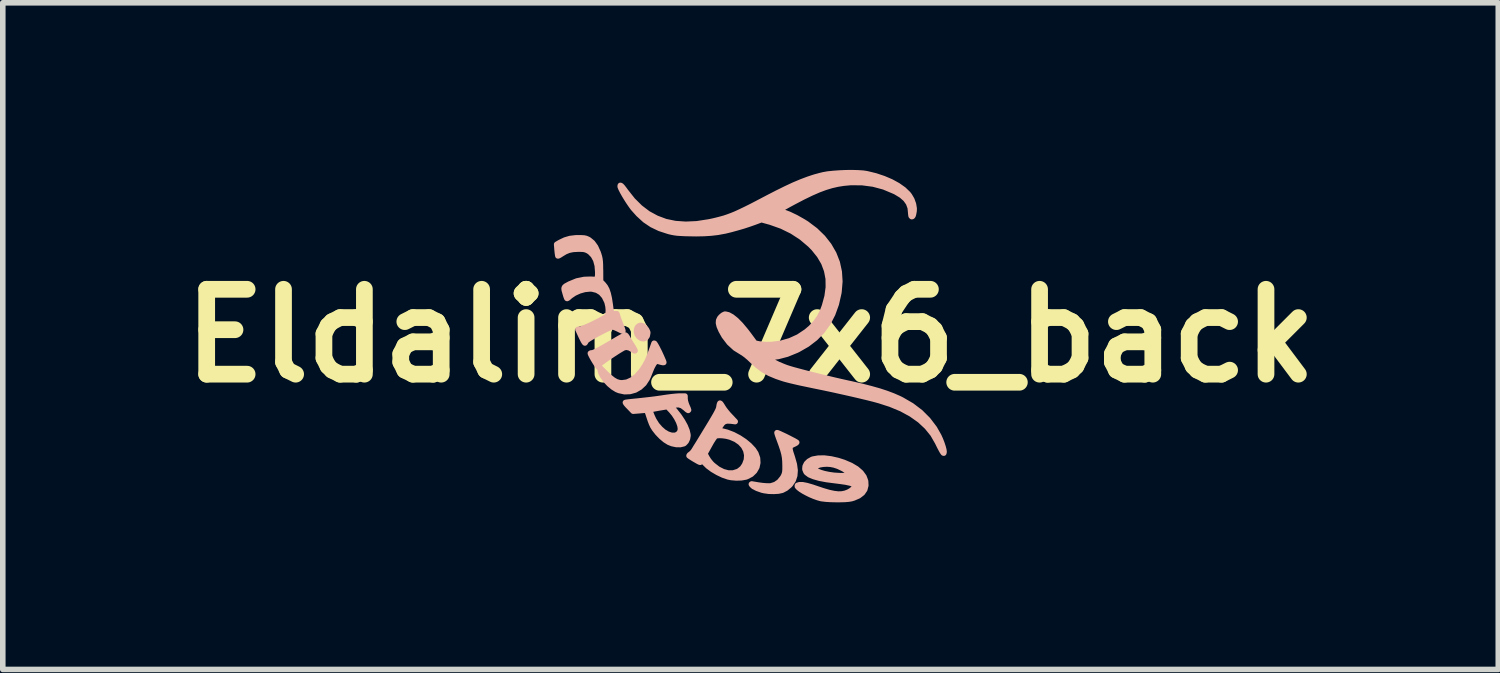
<source format=kicad_pcb>
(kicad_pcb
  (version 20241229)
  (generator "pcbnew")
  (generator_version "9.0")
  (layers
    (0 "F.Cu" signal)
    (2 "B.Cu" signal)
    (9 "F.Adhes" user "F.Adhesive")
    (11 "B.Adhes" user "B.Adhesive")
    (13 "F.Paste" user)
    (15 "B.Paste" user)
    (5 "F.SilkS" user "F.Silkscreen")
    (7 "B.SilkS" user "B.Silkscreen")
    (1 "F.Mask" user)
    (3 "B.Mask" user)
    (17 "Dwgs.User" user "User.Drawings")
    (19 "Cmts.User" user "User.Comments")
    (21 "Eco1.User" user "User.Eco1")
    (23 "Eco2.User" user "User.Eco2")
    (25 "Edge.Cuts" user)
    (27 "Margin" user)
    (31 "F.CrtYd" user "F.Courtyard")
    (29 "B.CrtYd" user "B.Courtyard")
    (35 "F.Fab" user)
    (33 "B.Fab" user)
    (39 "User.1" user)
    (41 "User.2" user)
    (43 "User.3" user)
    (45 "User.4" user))
  (footprint "Eldalim_7x6_back"
    (layer "F.Cu")
    (at 10.421 2.977)
    (property "Reference" "Eldalim_7x6_back" (at 0 0 0) (layer "F.SilkS") (effects (font (size 1.524 1.524) (thickness 0.3))))
    (attr through_hole)
    (fp_poly (pts (xy -1.845 -0.051) (xy -1.855 0.003) (xy -1.88 0.038) (xy -1.918 0.053) (xy -1.961 0.046) (xy -2.006 0.014) (xy -2.035 -0.028) (xy -2.047 -0.075) (xy -2.043 -0.12) (xy -2.025 -0.158) (xy -1.994 -0.182) (xy -1.966 -0.187) (xy -1.93 -0.176) (xy -1.894 -0.146) (xy -1.864 -0.107) (xy -1.846 -0.066) (xy -1.845 -0.051)) (stroke (width 0.1) (type solid)) (fill yes) (layer "B.SilkS"))
    (fp_poly (pts (xy -2.072 0.268) (xy -2.081 0.27) (xy -2.104 0.257) (xy -2.117 0.248) (xy -2.173 0.216) (xy -2.228 0.204) (xy -2.274 0.214) (xy -2.321 0.241) (xy -2.379 0.276) (xy -2.442 0.317) (xy -2.508 0.36) (xy -2.572 0.404) (xy -2.629 0.445) (xy -2.676 0.48) (xy -2.707 0.506) (xy -2.719 0.519) (xy -2.737 0.553) (xy -2.784 0.481) (xy -2.817 0.427) (xy -2.845 0.378) (xy -2.865 0.339) (xy -2.874 0.317) (xy -2.874 0.315) (xy -2.863 0.309) (xy -2.838 0.307) (xy -2.815 0.3) (xy -2.771 0.28) (xy -2.71 0.248) (xy -2.633 0.205) (xy -2.543 0.153) (xy -2.532 0.147) (xy -2.455 0.102) (xy -2.386 0.061) (xy -2.327 0.028) (xy -2.282 0.003) (xy -2.254 -0.011) (xy -2.248 -0.013) (xy -2.233 -0.003) (xy -2.214 0.024) (xy -2.211 0.03) (xy -2.193 0.063) (xy -2.166 0.108) (xy -2.134 0.158) (xy -2.13 0.164) (xy -2.103 0.208) (xy -2.083 0.244) (xy -2.073 0.266) (xy -2.072 0.268)) (stroke (width 0.1) (type solid)) (fill yes) (layer "B.SilkS"))
    (fp_poly (pts (xy -1.557 0.479) (xy -1.573 0.48) (xy -1.604 0.473) (xy -1.616 0.47) (xy -1.652 0.46) (xy -1.678 0.455) (xy -1.682 0.455) (xy -1.708 0.467) (xy -1.737 0.505) (xy -1.769 0.564) (xy -1.793 0.621) (xy -1.815 0.676) (xy -1.835 0.726) (xy -1.852 0.762) (xy -1.855 0.769) (xy -1.912 0.856) (xy -1.985 0.924) (xy -2.07 0.973) (xy -2.163 0.999) (xy -2.26 1.003) (xy -2.357 0.982) (xy -2.4 0.965) (xy -2.468 0.923) (xy -2.535 0.867) (xy -2.597 0.801) (xy -2.648 0.732) (xy -2.683 0.665) (xy -2.697 0.618) (xy -2.705 0.568) (xy -2.603 0.671) (xy -2.53 0.741) (xy -2.467 0.791) (xy -2.411 0.824) (xy -2.357 0.841) (xy -2.308 0.846) (xy -2.217 0.833) (xy -2.129 0.793) (xy -2.045 0.728) (xy -1.965 0.637) (xy -1.939 0.602) (xy -1.897 0.536) (xy -1.861 0.472) (xy -1.829 0.402) (xy -1.796 0.317) (xy -1.783 0.282) (xy -1.763 0.226) (xy -1.746 0.178) (xy -1.734 0.144) (xy -1.73 0.134) (xy -1.722 0.137) (xy -1.704 0.163) (xy -1.679 0.208) (xy -1.648 0.269) (xy -1.636 0.293) (xy -1.607 0.356) (xy -1.583 0.41) (xy -1.565 0.452) (xy -1.557 0.475) (xy -1.557 0.479)) (stroke (width 0.1) (type solid)) (fill yes) (layer "B.SilkS"))
    (fp_poly (pts (xy 0.829 1.914) (xy 0.818 1.925) (xy 0.789 1.941) (xy 0.769 1.95) (xy 0.737 1.966) (xy 0.717 1.984) (xy 0.707 2.007) (xy 0.708 2.04) (xy 0.719 2.088) (xy 0.741 2.155) (xy 0.751 2.186) (xy 0.786 2.309) (xy 0.8 2.416) (xy 0.793 2.51) (xy 0.766 2.592) (xy 0.717 2.665) (xy 0.696 2.687) (xy 0.634 2.738) (xy 0.571 2.771) (xy 0.569 2.772) (xy 0.501 2.787) (xy 0.418 2.792) (xy 0.33 2.79) (xy 0.246 2.778) (xy 0.207 2.769) (xy 0.119 2.738) (xy 0.056 2.706) (xy 0.026 2.679) (xy 0.016 2.664) (xy 0.022 2.66) (xy 0.05 2.665) (xy 0.053 2.665) (xy 0.133 2.679) (xy 0.213 2.69) (xy 0.286 2.696) (xy 0.343 2.697) (xy 0.367 2.695) (xy 0.446 2.67) (xy 0.516 2.622) (xy 0.572 2.554) (xy 0.582 2.539) (xy 0.6 2.504) (xy 0.611 2.474) (xy 0.618 2.442) (xy 0.621 2.398) (xy 0.621 2.337) (xy 0.621 2.326) (xy 0.619 2.251) (xy 0.613 2.184) (xy 0.601 2.118) (xy 0.581 2.046) (xy 0.553 1.962) (xy 0.524 1.882) (xy 0.503 1.826) (xy 0.487 1.78) (xy 0.478 1.75) (xy 0.476 1.74) (xy 0.489 1.743) (xy 0.52 1.756) (xy 0.565 1.777) (xy 0.619 1.802) (xy 0.675 1.83) (xy 0.729 1.858) (xy 0.776 1.882) (xy 0.811 1.902) (xy 0.828 1.913) (xy 0.829 1.914)) (stroke (width 0.1) (type solid)) (fill yes) (layer "B.SilkS"))
    (fp_poly (pts (xy -1.112 1.332) (xy -1.118 1.339) (xy -1.139 1.326) (xy -1.169 1.299) (xy -1.227 1.255) (xy -1.286 1.236) (xy -1.349 1.24) (xy -1.373 1.246) (xy -1.429 1.263) (xy -1.354 1.35) (xy -1.283 1.44) (xy -1.222 1.532) (xy -1.173 1.621) (xy -1.14 1.703) (xy -1.124 1.773) (xy -1.123 1.793) (xy -1.132 1.846) (xy -1.154 1.894) (xy -1.186 1.929) (xy -1.198 1.937) (xy -1.257 1.951) (xy -1.257 1.663) (xy -1.266 1.609) (xy -1.29 1.543) (xy -1.327 1.472) (xy -1.372 1.403) (xy -1.422 1.343) (xy -1.491 1.27) (xy -1.642 1.295) (xy -1.702 1.306) (xy -1.752 1.315) (xy -1.787 1.323) (xy -1.8 1.328) (xy -1.801 1.346) (xy -1.792 1.383) (xy -1.773 1.432) (xy -1.747 1.489) (xy -1.733 1.517) (xy -1.682 1.598) (xy -1.621 1.668) (xy -1.556 1.725) (xy -1.488 1.765) (xy -1.421 1.787) (xy -1.36 1.789) (xy -1.319 1.776) (xy -1.281 1.746) (xy -1.261 1.706) (xy -1.257 1.663) (xy -1.257 1.951) (xy -1.258 1.952) (xy -1.33 1.951) (xy -1.407 1.935) (xy -1.467 1.911) (xy -1.531 1.871) (xy -1.6 1.813) (xy -1.666 1.745) (xy -1.722 1.674) (xy -1.754 1.623) (xy -1.775 1.578) (xy -1.798 1.518) (xy -1.819 1.455) (xy -1.823 1.443) (xy -1.839 1.393) (xy -1.854 1.355) (xy -1.865 1.335) (xy -1.868 1.333) (xy -1.886 1.335) (xy -1.923 1.338) (xy -1.973 1.342) (xy -1.992 1.344) (xy -2.106 1.353) (xy -2.178 1.278) (xy -2.212 1.243) (xy -2.235 1.215) (xy -2.245 1.199) (xy -2.245 1.198) (xy -2.231 1.195) (xy -2.194 1.19) (xy -2.139 1.184) (xy -2.071 1.177) (xy -2.01 1.171) (xy -1.912 1.16) (xy -1.803 1.148) (xy -1.693 1.134) (xy -1.595 1.12) (xy -1.57 1.116) (xy -1.489 1.104) (xy -1.41 1.094) (xy -1.339 1.087) (xy -1.284 1.083) (xy -1.268 1.083) (xy -1.176 1.083) (xy -1.176 1.133) (xy -1.17 1.174) (xy -1.155 1.224) (xy -1.143 1.255) (xy -1.121 1.305) (xy -1.112 1.332)) (stroke (width 0.1) (type solid)) (fill yes) (layer "B.SilkS"))
    (fp_poly (pts (xy 2.069 2.686) (xy 2.05 2.76) (xy 2.008 2.821) (xy 1.942 2.872) (xy 1.852 2.911) (xy 1.811 2.923) (xy 1.763 2.931) (xy 1.695 2.937) (xy 1.613 2.939) (xy 1.525 2.939) (xy 1.437 2.937) (xy 1.356 2.932) (xy 1.288 2.924) (xy 1.263 2.92) (xy 1.206 2.904) (xy 1.142 2.881) (xy 1.076 2.853) (xy 1.011 2.821) (xy 0.952 2.789) (xy 0.901 2.757) (xy 0.864 2.728) (xy 0.842 2.704) (xy 0.842 2.688) (xy 0.844 2.685) (xy 0.882 2.674) (xy 0.937 2.675) (xy 1.013 2.69) (xy 1.109 2.718) (xy 1.174 2.74) (xy 1.302 2.783) (xy 1.409 2.814) (xy 1.499 2.833) (xy 1.575 2.842) (xy 1.642 2.84) (xy 1.703 2.827) (xy 1.76 2.805) (xy 1.807 2.777) (xy 1.845 2.745) (xy 1.869 2.714) (xy 1.874 2.687) (xy 1.87 2.679) (xy 1.841 2.66) (xy 1.804 2.647) (xy 1.804 2.497) (xy 1.794 2.48) (xy 1.763 2.454) (xy 1.755 2.447) (xy 1.668 2.387) (xy 1.576 2.343) (xy 1.505 2.319) (xy 1.439 2.306) (xy 1.369 2.301) (xy 1.302 2.305) (xy 1.241 2.315) (xy 1.192 2.332) (xy 1.16 2.355) (xy 1.15 2.38) (xy 1.162 2.405) (xy 1.198 2.431) (xy 1.253 2.454) (xy 1.324 2.475) (xy 1.406 2.492) (xy 1.497 2.505) (xy 1.592 2.511) (xy 1.633 2.512) (xy 1.694 2.512) (xy 1.746 2.51) (xy 1.783 2.508) (xy 1.797 2.505) (xy 1.804 2.497) (xy 1.804 2.647) (xy 1.787 2.642) (xy 1.707 2.625) (xy 1.601 2.61) (xy 1.521 2.6) (xy 1.367 2.58) (xy 1.239 2.556) (xy 1.136 2.527) (xy 1.059 2.495) (xy 1.009 2.458) (xy 0.997 2.444) (xy 0.977 2.395) (xy 0.981 2.344) (xy 1.005 2.294) (xy 1.048 2.252) (xy 1.107 2.219) (xy 1.127 2.213) (xy 1.218 2.197) (xy 1.325 2.196) (xy 1.445 2.211) (xy 1.572 2.24) (xy 1.675 2.273) (xy 1.801 2.327) (xy 1.904 2.388) (xy 1.982 2.456) (xy 2.036 2.53) (xy 2.065 2.609) (xy 2.069 2.686)) (stroke (width 0.1) (type solid)) (fill yes) (layer "B.SilkS"))
    (fp_poly (pts (xy 0.13 2.279) (xy 0.113 2.358) (xy 0.073 2.428) (xy 0.013 2.486) (xy -0.065 2.527) (xy -0.066 2.527) (xy -0.066 2.142) (xy -0.083 2.06) (xy -0.123 1.983) (xy -0.184 1.916) (xy -0.264 1.86) (xy -0.36 1.819) (xy -0.428 1.801) (xy -0.498 1.791) (xy -0.563 1.788) (xy -0.614 1.794) (xy -0.622 1.796) (xy -0.64 1.812) (xy -0.667 1.849) (xy -0.702 1.904) (xy -0.734 1.961) (xy -0.82 2.117) (xy -0.782 2.188) (xy -0.751 2.237) (xy -0.709 2.289) (xy -0.677 2.321) (xy -0.584 2.393) (xy -0.491 2.44) (xy -0.399 2.464) (xy -0.311 2.464) (xy -0.229 2.438) (xy -0.202 2.423) (xy -0.147 2.378) (xy -0.105 2.316) (xy -0.104 2.314) (xy -0.072 2.228) (xy -0.066 2.142) (xy -0.066 2.527) (xy -0.085 2.534) (xy -0.164 2.548) (xy -0.255 2.551) (xy -0.348 2.543) (xy -0.401 2.532) (xy -0.494 2.5) (xy -0.59 2.454) (xy -0.682 2.4) (xy -0.763 2.34) (xy -0.825 2.279) (xy -0.838 2.264) (xy -0.861 2.236) (xy -0.874 2.228) (xy -0.884 2.236) (xy -0.887 2.242) (xy -0.899 2.263) (xy -0.903 2.27) (xy -0.916 2.266) (xy -0.944 2.252) (xy -0.982 2.23) (xy -1.023 2.206) (xy -1.061 2.182) (xy -1.09 2.163) (xy -1.103 2.153) (xy -1.097 2.14) (xy -1.078 2.126) (xy -1.051 2.104) (xy -1.023 2.07) (xy -1.017 2.061) (xy -1.002 2.037) (xy -0.976 1.994) (xy -0.939 1.935) (xy -0.895 1.863) (xy -0.845 1.781) (xy -0.792 1.694) (xy -0.779 1.673) (xy -0.716 1.569) (xy -0.666 1.485) (xy -0.627 1.418) (xy -0.599 1.366) (xy -0.58 1.327) (xy -0.569 1.297) (xy -0.565 1.275) (xy -0.559 1.238) (xy -0.551 1.214) (xy -0.548 1.21) (xy -0.537 1.217) (xy -0.519 1.243) (xy -0.501 1.272) (xy -0.475 1.313) (xy -0.437 1.363) (xy -0.392 1.416) (xy -0.369 1.44) (xy -0.275 1.54) (xy -0.351 1.53) (xy -0.417 1.527) (xy -0.466 1.538) (xy -0.504 1.568) (xy -0.541 1.62) (xy -0.544 1.624) (xy -0.586 1.696) (xy -0.53 1.705) (xy -0.423 1.732) (xy -0.313 1.774) (xy -0.206 1.83) (xy -0.106 1.896) (xy -0.019 1.968) (xy 0.052 2.044) (xy 0.095 2.11) (xy 0.125 2.195) (xy 0.13 2.279)) (stroke (width 0.1) (type solid)) (fill yes) (layer "B.SilkS"))
    (fp_poly (pts (xy -2.291 -0.085) (xy -2.304 -0.088) (xy -2.334 -0.101) (xy -2.372 -0.12) (xy -2.417 -0.141) (xy -2.456 -0.156) (xy -2.478 -0.16) (xy -2.502 -0.154) (xy -2.544 -0.136) (xy -2.599 -0.111) (xy -2.662 -0.079) (xy -2.729 -0.044) (xy -2.794 -0.008) (xy -2.854 0.026) (xy -2.903 0.056) (xy -2.936 0.079) (xy -2.949 0.092) (xy -2.964 0.118) (xy -2.972 0.129) (xy -2.981 0.121) (xy -2.998 0.094) (xy -3.02 0.051) (xy -3.039 0.012) (xy -3.097 -0.114) (xy -3.049 -0.121) (xy -3.016 -0.13) (xy -2.966 -0.15) (xy -2.906 -0.176) (xy -2.838 -0.207) (xy -2.769 -0.241) (xy -2.704 -0.275) (xy -2.646 -0.307) (xy -2.6 -0.334) (xy -2.573 -0.354) (xy -2.567 -0.361) (xy -2.554 -0.404) (xy -2.551 -0.463) (xy -2.557 -0.529) (xy -2.572 -0.594) (xy -2.579 -0.615) (xy -2.624 -0.706) (xy -2.683 -0.774) (xy -2.755 -0.818) (xy -2.841 -0.84) (xy -2.883 -0.842) (xy -2.975 -0.833) (xy -3.07 -0.806) (xy -3.16 -0.765) (xy -3.234 -0.715) (xy -3.245 -0.705) (xy -3.272 -0.681) (xy -3.291 -0.67) (xy -3.295 -0.671) (xy -3.302 -0.686) (xy -3.314 -0.721) (xy -3.327 -0.766) (xy -3.328 -0.77) (xy -3.342 -0.819) (xy -3.346 -0.851) (xy -3.337 -0.874) (xy -3.313 -0.894) (xy -3.27 -0.917) (xy -3.248 -0.929) (xy -3.117 -0.983) (xy -2.984 -1.01) (xy -2.874 -1.014) (xy -2.815 -1.011) (xy -2.776 -1.014) (xy -2.754 -1.026) (xy -2.744 -1.053) (xy -2.741 -1.098) (xy -2.741 -1.146) (xy -2.75 -1.261) (xy -2.777 -1.36) (xy -2.822 -1.442) (xy -2.883 -1.504) (xy -2.914 -1.524) (xy -2.947 -1.54) (xy -2.979 -1.55) (xy -3.018 -1.555) (xy -3.073 -1.556) (xy -3.095 -1.556) (xy -3.185 -1.551) (xy -3.259 -1.536) (xy -3.325 -1.509) (xy -3.39 -1.47) (xy -3.424 -1.448) (xy -3.449 -1.435) (xy -3.457 -1.434) (xy -3.46 -1.449) (xy -3.465 -1.484) (xy -3.47 -1.531) (xy -3.471 -1.54) (xy -3.479 -1.641) (xy -3.421 -1.675) (xy -3.331 -1.718) (xy -3.24 -1.745) (xy -3.139 -1.757) (xy -3.088 -1.758) (xy -3.026 -1.757) (xy -2.983 -1.754) (xy -2.95 -1.746) (xy -2.92 -1.733) (xy -2.899 -1.722) (xy -2.836 -1.67) (xy -2.782 -1.595) (xy -2.737 -1.496) (xy -2.726 -1.464) (xy -2.713 -1.421) (xy -2.704 -1.379) (xy -2.698 -1.332) (xy -2.695 -1.273) (xy -2.694 -1.195) (xy -2.693 -1.173) (xy -2.692 -0.975) (xy -2.643 -0.925) (xy -2.608 -0.881) (xy -2.579 -0.827) (xy -2.556 -0.759) (xy -2.536 -0.672) (xy -2.519 -0.562) (xy -2.517 -0.548) (xy -2.508 -0.477) (xy -2.5 -0.428) (xy -2.492 -0.398) (xy -2.485 -0.384) (xy -2.476 -0.381) (xy -2.474 -0.382) (xy -2.428 -0.397) (xy -2.4 -0.396) (xy -2.393 -0.381) (xy -2.388 -0.359) (xy -2.375 -0.319) (xy -2.356 -0.267) (xy -2.339 -0.223) (xy -2.318 -0.169) (xy -2.301 -0.124) (xy -2.292 -0.094) (xy -2.291 -0.085)) (stroke (width 0.1) (type solid)) (fill yes) (layer "B.SilkS"))
    (fp_poly (pts (xy 3.474 2.083) (xy 3.473 2.088) (xy 3.469 2.106) (xy 3.462 2.104) (xy 3.447 2.083) (xy 3.44 2.072) (xy 3.422 2.039) (xy 3.396 1.99) (xy 3.368 1.933) (xy 3.356 1.909) (xy 3.274 1.766) (xy 3.167 1.634) (xy 3.038 1.514) (xy 2.885 1.406) (xy 2.709 1.31) (xy 2.511 1.228) (xy 2.313 1.164) (xy 2.218 1.138) (xy 2.099 1.108) (xy 1.961 1.075) (xy 1.807 1.039) (xy 1.641 1.002) (xy 1.466 0.963) (xy 1.285 0.925) (xy 1.143 0.896) (xy 1.01 0.868) (xy 0.899 0.845) (xy 0.807 0.824) (xy 0.73 0.806) (xy 0.663 0.789) (xy 0.604 0.773) (xy 0.549 0.755) (xy 0.493 0.736) (xy 0.472 0.729) (xy 0.342 0.675) (xy 0.229 0.612) (xy 0.125 0.534) (xy 0.037 0.453) (xy -0.025 0.394) (xy -0.083 0.345) (xy -0.133 0.309) (xy -0.15 0.299) (xy -0.274 0.222) (xy -0.381 0.124) (xy -0.472 0.005) (xy -0.528 -0.095) (xy -0.56 -0.17) (xy -0.574 -0.228) (xy -0.571 -0.276) (xy -0.551 -0.317) (xy -0.529 -0.342) (xy -0.496 -0.37) (xy -0.464 -0.386) (xy -0.453 -0.388) (xy -0.397 -0.375) (xy -0.332 -0.339) (xy -0.258 -0.28) (xy -0.177 -0.198) (xy -0.09 -0.094) (xy -0.036 -0.024) (xy 0.079 0.132) (xy 0.156 0.148) (xy 0.216 0.155) (xy 0.293 0.159) (xy 0.38 0.157) (xy 0.381 0.157) (xy 0.547 0.136) (xy 0.708 0.09) (xy 0.86 0.021) (xy 1 -0.072) (xy 1.082 -0.141) (xy 1.169 -0.234) (xy 1.238 -0.331) (xy 1.293 -0.44) (xy 1.329 -0.535) (xy 1.376 -0.707) (xy 1.398 -0.87) (xy 1.396 -1.024) (xy 1.368 -1.17) (xy 1.316 -1.309) (xy 1.237 -1.443) (xy 1.133 -1.572) (xy 1.068 -1.638) (xy 0.914 -1.768) (xy 0.745 -1.878) (xy 0.559 -1.969) (xy 0.356 -2.041) (xy 0.315 -2.052) (xy 0.196 -2.085) (xy 0.07 -2.038) (xy -0.027 -2.004) (xy -0.137 -1.968) (xy -0.252 -1.935) (xy -0.362 -1.905) (xy -0.457 -1.882) (xy -0.469 -1.88) (xy -0.588 -1.858) (xy -0.708 -1.844) (xy -0.835 -1.836) (xy -0.976 -1.833) (xy -1.086 -1.835) (xy -1.181 -1.837) (xy -1.256 -1.841) (xy -1.316 -1.845) (xy -1.367 -1.852) (xy -1.414 -1.861) (xy -1.465 -1.873) (xy -1.475 -1.876) (xy -1.631 -1.927) (xy -1.769 -1.993) (xy -1.894 -2.077) (xy -2.01 -2.183) (xy -2.106 -2.29) (xy -2.142 -2.339) (xy -2.182 -2.397) (xy -2.223 -2.461) (xy -2.262 -2.525) (xy -2.296 -2.585) (xy -2.322 -2.636) (xy -2.337 -2.672) (xy -2.339 -2.685) (xy -2.336 -2.699) (xy -2.323 -2.695) (xy -2.3 -2.671) (xy -2.265 -2.626) (xy -2.239 -2.59) (xy -2.115 -2.433) (xy -1.982 -2.301) (xy -1.84 -2.193) (xy -1.687 -2.11) (xy -1.524 -2.049) (xy -1.35 -2.013) (xy -1.163 -2) (xy -0.964 -2.009) (xy -0.751 -2.042) (xy -0.695 -2.053) (xy -0.614 -2.072) (xy -0.54 -2.091) (xy -0.471 -2.11) (xy -0.403 -2.133) (xy -0.333 -2.159) (xy -0.258 -2.19) (xy -0.176 -2.228) (xy -0.082 -2.273) (xy 0.026 -2.327) (xy 0.151 -2.392) (xy 0.296 -2.468) (xy 0.299 -2.47) (xy 0.478 -2.562) (xy 0.638 -2.641) (xy 0.782 -2.708) (xy 0.913 -2.763) (xy 1.035 -2.809) (xy 1.15 -2.847) (xy 1.261 -2.877) (xy 1.311 -2.889) (xy 1.391 -2.903) (xy 1.489 -2.913) (xy 1.598 -2.921) (xy 1.712 -2.926) (xy 1.825 -2.927) (xy 1.93 -2.924) (xy 2.021 -2.918) (xy 2.087 -2.908) (xy 2.243 -2.87) (xy 2.39 -2.821) (xy 2.526 -2.763) (xy 2.646 -2.697) (xy 2.748 -2.625) (xy 2.827 -2.549) (xy 2.853 -2.516) (xy 2.895 -2.444) (xy 2.924 -2.363) (xy 2.937 -2.284) (xy 2.935 -2.236) (xy 2.925 -2.184) (xy 2.916 -2.154) (xy 2.904 -2.141) (xy 2.894 -2.139) (xy 2.883 -2.151) (xy 2.878 -2.188) (xy 2.877 -2.204) (xy 2.868 -2.297) (xy 2.838 -2.379) (xy 2.786 -2.453) (xy 2.711 -2.519) (xy 2.611 -2.58) (xy 2.58 -2.595) (xy 2.394 -2.673) (xy 2.203 -2.724) (xy 2.006 -2.75) (xy 1.801 -2.752) (xy 1.671 -2.74) (xy 1.564 -2.723) (xy 1.455 -2.698) (xy 1.343 -2.664) (xy 1.222 -2.619) (xy 1.092 -2.562) (xy 0.947 -2.492) (xy 0.786 -2.408) (xy 0.702 -2.363) (xy 0.628 -2.322) (xy 0.575 -2.293) (xy 0.541 -2.272) (xy 0.525 -2.257) (xy 0.524 -2.247) (xy 0.536 -2.239) (xy 0.558 -2.231) (xy 0.577 -2.225) (xy 0.692 -2.181) (xy 0.816 -2.122) (xy 0.94 -2.052) (xy 1.006 -2.011) (xy 1.164 -1.892) (xy 1.298 -1.762) (xy 1.408 -1.622) (xy 1.494 -1.473) (xy 1.556 -1.315) (xy 1.592 -1.148) (xy 1.603 -0.975) (xy 1.588 -0.795) (xy 1.584 -0.767) (xy 1.539 -0.569) (xy 1.474 -0.39) (xy 1.391 -0.229) (xy 1.287 -0.085) (xy 1.163 0.042) (xy 1.018 0.153) (xy 0.852 0.248) (xy 0.824 0.261) (xy 0.657 0.329) (xy 0.497 0.371) (xy 0.402 0.383) (xy 0.303 0.392) (xy 0.342 0.423) (xy 0.407 0.467) (xy 0.494 0.512) (xy 0.597 0.555) (xy 0.648 0.574) (xy 0.701 0.591) (xy 0.776 0.613) (xy 0.87 0.638) (xy 0.979 0.667) (xy 1.101 0.698) (xy 1.231 0.73) (xy 1.366 0.763) (xy 1.503 0.796) (xy 1.638 0.827) (xy 1.768 0.856) (xy 1.798 0.862) (xy 1.99 0.906) (xy 2.158 0.949) (xy 2.307 0.991) (xy 2.439 1.034) (xy 2.558 1.079) (xy 2.668 1.127) (xy 2.714 1.15) (xy 2.892 1.253) (xy 3.05 1.373) (xy 3.185 1.508) (xy 3.3 1.659) (xy 3.379 1.798) (xy 3.408 1.862) (xy 3.434 1.929) (xy 3.455 1.992) (xy 3.469 2.046) (xy 3.474 2.083)) (stroke (width 0.1) (type solid)) (fill yes) (layer "B.SilkS")))
  (gr_rect
    (start -3 -3)
    (end 23.843 8.966)
    (stroke (width 0.1) (type default))
    (fill no)
    (layer "Edge.Cuts")))
</source>
